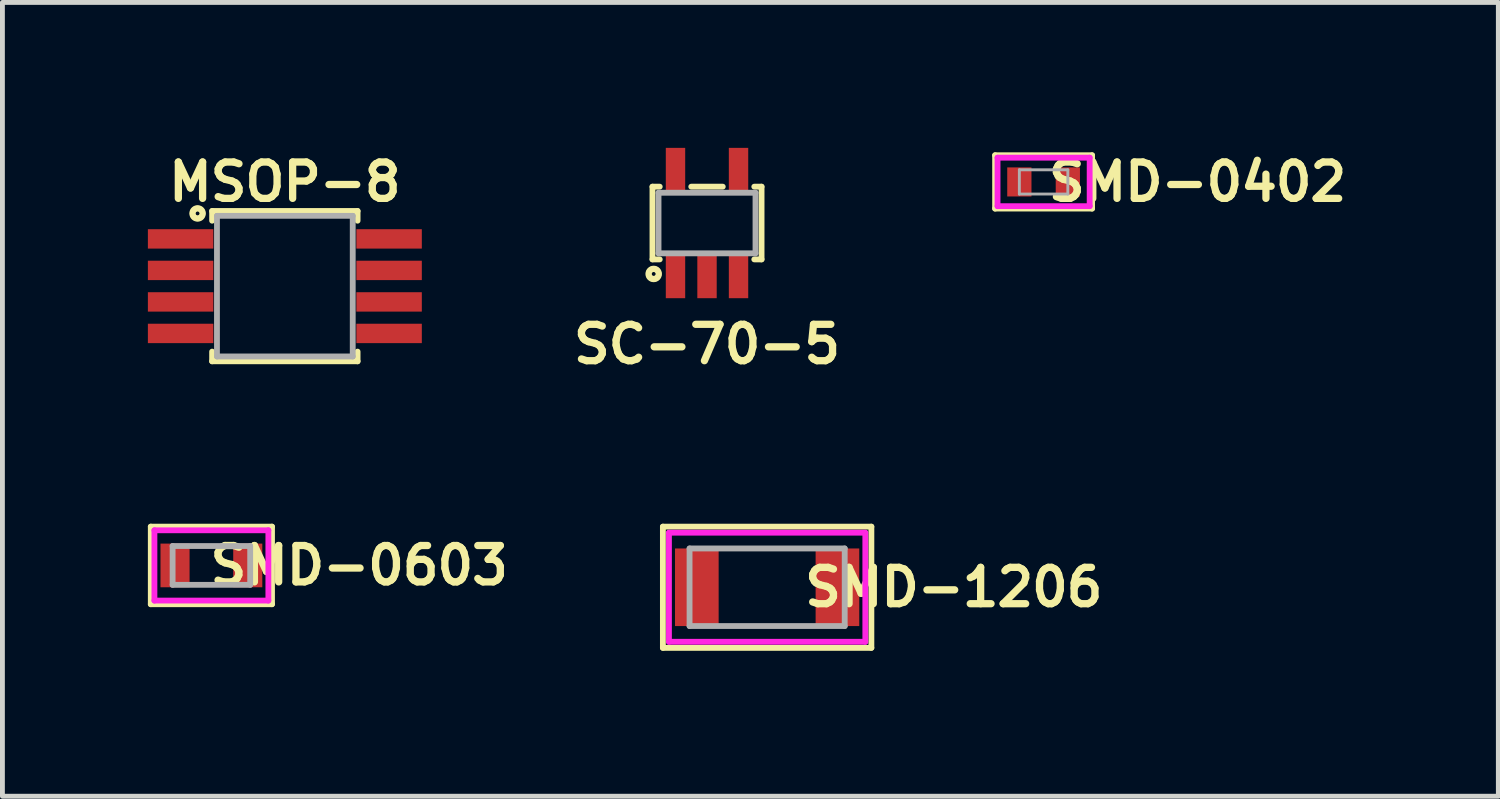
<source format=kicad_pcb>
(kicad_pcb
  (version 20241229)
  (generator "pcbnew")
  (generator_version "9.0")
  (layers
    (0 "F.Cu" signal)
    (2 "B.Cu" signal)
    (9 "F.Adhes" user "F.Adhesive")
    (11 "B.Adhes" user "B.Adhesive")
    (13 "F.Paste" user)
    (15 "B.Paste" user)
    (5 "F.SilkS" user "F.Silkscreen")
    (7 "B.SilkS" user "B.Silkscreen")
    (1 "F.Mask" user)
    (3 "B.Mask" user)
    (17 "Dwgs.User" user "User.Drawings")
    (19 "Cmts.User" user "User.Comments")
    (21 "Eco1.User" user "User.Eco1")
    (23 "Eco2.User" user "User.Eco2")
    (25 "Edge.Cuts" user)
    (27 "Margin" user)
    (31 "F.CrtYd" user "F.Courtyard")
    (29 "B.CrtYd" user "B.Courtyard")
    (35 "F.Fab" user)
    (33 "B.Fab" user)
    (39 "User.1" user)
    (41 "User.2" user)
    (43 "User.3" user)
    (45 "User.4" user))
  (footprint "MSOP-8"
    (layer "F.Cu")
    (at 2.825 2.852)
    (property "Reference" "MSOP-8" (at 0 -2.15 0) (layer "F.SilkS") (effects (font (size 0.75 0.75) (thickness 0.15))))
    (attr smd)
    (fp_line (start -1.5 -1.55) (end 1.5 -1.55) (stroke (width 0.12) (type solid)) (layer "F.SilkS"))
    (fp_line (start -1.5 -1.35) (end -1.5 -1.55) (stroke (width 0.12) (type solid)) (layer "F.SilkS"))
    (fp_line (start -1.5 1.55) (end -1.5 1.35) (stroke (width 0.12) (type solid)) (layer "F.SilkS"))
    (fp_line (start -1.5 1.55) (end 1.5 1.55) (stroke (width 0.12) (type solid)) (layer "F.SilkS"))
    (fp_line (start 1.5 -1.55) (end 1.5 -1.35) (stroke (width 0.12) (type solid)) (layer "F.SilkS"))
    (fp_line (start 1.5 1.55) (end 1.5 1.35) (stroke (width 0.12) (type solid)) (layer "F.SilkS"))
    (fp_circle (center -1.8 -1.5) (end -1.8 -1.6) (stroke (width 0.12) (type solid)) (fill no) (layer "F.SilkS"))
    (fp_circle (center -1.8 -1.5) (end -1.8 -1.55) (stroke (width 0.12) (type solid)) (fill no) (layer "F.SilkS"))
    (fp_line (start -1.4 -1.45) (end 1.4 -1.45) (stroke (width 0.12) (type solid)) (layer "F.Fab"))
    (fp_line (start -1.4 1.45) (end -1.4 -1.45) (stroke (width 0.12) (type solid)) (layer "F.Fab"))
    (fp_line (start -1.4 1.45) (end 1.4 1.45) (stroke (width 0.12) (type solid)) (layer "F.Fab"))
    (fp_line (start 1.4 -1.45) (end 1.4 1.45) (stroke (width 0.12) (type solid)) (layer "F.Fab"))
    (pad "1" smd rect (at -2.15 -0.975 180) (size 1.35 0.4) (layers "F.Cu" "F.Mask" "F.Paste"))
    (pad "2" smd rect (at -2.15 -0.325 180) (size 1.35 0.4) (layers "F.Cu" "F.Mask" "F.Paste"))
    (pad "3" smd rect (at -2.15 0.325 180) (size 1.35 0.4) (layers "F.Cu" "F.Mask" "F.Paste"))
    (pad "4" smd rect (at -2.15 0.975 180) (size 1.35 0.4) (layers "F.Cu" "F.Mask" "F.Paste"))
    (pad "5" smd rect (at 2.15 0.975 180) (size 1.35 0.4) (layers "F.Cu" "F.Mask" "F.Paste"))
    (pad "6" smd rect (at 2.15 0.325 180) (size 1.35 0.4) (layers "F.Cu" "F.Mask" "F.Paste"))
    (pad "7" smd rect (at 2.15 -0.325 180) (size 1.35 0.4) (layers "F.Cu" "F.Mask" "F.Paste"))
    (pad "8" smd rect (at 2.15 -0.975 180) (size 1.35 0.4) (layers "F.Cu" "F.Mask" "F.Paste")))
  (footprint "SMD-1206"
    (layer "F.Cu")
    (at 12.772 9.062)
    (property "Reference" "SMD-1206" (at 3.85 0 0) (layer "F.SilkS") (effects (font (size 0.75 0.75) (thickness 0.15))))
    (attr smd)
    (fp_line (start -2.15 -1.25) (end 2.15 -1.25) (stroke (width 0.12) (type solid)) (layer "F.SilkS"))
    (fp_line (start -2.15 1.25) (end -2.15 -1.25) (stroke (width 0.12) (type solid)) (layer "F.SilkS"))
    (fp_line (start 2.15 -1.25) (end 2.15 1.25) (stroke (width 0.12) (type solid)) (layer "F.SilkS"))
    (fp_line (start 2.15 1.25) (end -2.15 1.25) (stroke (width 0.12) (type solid)) (layer "F.SilkS"))
    (fp_line (start -2.025 -1.125) (end -2.025 1.125) (stroke (width 0.12) (type solid)) (layer "F.CrtYd"))
    (fp_line (start -2.025 -1.125) (end 2.025 -1.125) (stroke (width 0.12) (type solid)) (layer "F.CrtYd"))
    (fp_line (start -2.025 1.125) (end 2.025 1.125) (stroke (width 0.12) (type solid)) (layer "F.CrtYd"))
    (fp_line (start 2.025 -1.125) (end 2.025 1.125) (stroke (width 0.12) (type solid)) (layer "F.CrtYd"))
    (fp_line (start -1.6 -0.8) (end -1.6 0.8) (stroke (width 0.12) (type solid)) (layer "F.Fab"))
    (fp_line (start -1.6 0.8) (end 1.6 0.8) (stroke (width 0.12) (type solid)) (layer "F.Fab"))
    (fp_line (start 1.6 -0.8) (end -1.6 -0.8) (stroke (width 0.12) (type solid)) (layer "F.Fab"))
    (fp_line (start 1.6 0.8) (end 1.6 -0.8) (stroke (width 0.12) (type solid)) (layer "F.Fab"))
    (pad "1" smd roundrect (at -1.45 0) (size 0.9 1.6) (layers "F.Cu" "F.Mask" "F.Paste") (roundrect_rratio 0.001))
    (pad "2" smd roundrect (at 1.45 0) (size 0.9 1.6) (layers "F.Cu" "F.Mask" "F.Paste") (roundrect_rratio 0.001)))
  (footprint "SC-70-5"
    (layer "F.Cu")
    (at 11.532 1.55)
    (property "Reference" "SC-70-5" (at 0 2.5 0) (layer "F.SilkS") (effects (font (size 0.75 0.75) (thickness 0.15))))
    (attr through_hole)
    (fp_line (start -1.125 -0.75) (end -1.125 0.75) (stroke (width 0.12) (type solid)) (layer "F.SilkS"))
    (fp_line (start -1.125 -0.75) (end -0.975 -0.75) (stroke (width 0.12) (type solid)) (layer "F.SilkS"))
    (fp_line (start -1.125 0.75) (end -0.975 0.75) (stroke (width 0.12) (type solid)) (layer "F.SilkS"))
    (fp_line (start -0.325 -0.75) (end 0.325 -0.75) (stroke (width 0.12) (type solid)) (layer "F.SilkS"))
    (fp_line (start 1.125 -0.75) (end 0.975 -0.75) (stroke (width 0.12) (type solid)) (layer "F.SilkS"))
    (fp_line (start 1.125 -0.75) (end 1.125 0.75) (stroke (width 0.12) (type solid)) (layer "F.SilkS"))
    (fp_line (start 1.125 0.75) (end 0.975 0.75) (stroke (width 0.12) (type solid)) (layer "F.SilkS"))
    (fp_circle (center -1.1 1.05) (end -1.05 1.05) (stroke (width 0.12) (type solid)) (fill no) (layer "F.SilkS"))
    (fp_circle (center -1.1 1.05) (end -1 1.05) (stroke (width 0.12) (type solid)) (fill no) (layer "F.SilkS"))
    (fp_line (start -1 -0.625) (end -1 0.625) (stroke (width 0.12) (type solid)) (layer "F.Fab"))
    (fp_line (start -1 -0.625) (end 1 -0.625) (stroke (width 0.12) (type solid)) (layer "F.Fab"))
    (fp_line (start -1 0.625) (end 1 0.625) (stroke (width 0.12) (type solid)) (layer "F.Fab"))
    (fp_line (start 1 -0.625) (end 1 0.625) (stroke (width 0.12) (type solid)) (layer "F.Fab"))
    (pad "1" smd roundrect (at -0.65 1.1) (size 0.4 0.9) (layers "F.Cu" "F.Mask" "F.Paste") (roundrect_rratio 0.001))
    (pad "2" smd roundrect (at 0 1.1) (size 0.4 0.9) (layers "F.Cu" "F.Mask" "F.Paste") (roundrect_rratio 0.001))
    (pad "3" smd roundrect (at 0.65 1.1) (size 0.4 0.9) (layers "F.Cu" "F.Mask" "F.Paste") (roundrect_rratio 0.001))
    (pad "4" smd roundrect (at 0.65 -1.1) (size 0.4 0.9) (layers "F.Cu" "F.Mask" "F.Paste") (roundrect_rratio 0.001))
    (pad "5" smd roundrect (at -0.65 -1.1) (size 0.4 0.9) (layers "F.Cu" "F.Mask" "F.Paste") (roundrect_rratio 0.001)))
  (footprint "SMD-0603"
    (layer "F.Cu")
    (at 1.31 8.612)
    (property "Reference" "SMD-0603" (at 3.048 0 0) (layer "F.SilkS") (effects (font (size 0.75 0.75) (thickness 0.15))))
    (attr smd)
    (fp_line (start -1.25 -0.8) (end 1.25 -0.8) (stroke (width 0.12) (type solid)) (layer "F.SilkS"))
    (fp_line (start -1.25 0.8) (end -1.25 -0.8) (stroke (width 0.12) (type solid)) (layer "F.SilkS"))
    (fp_line (start 1.25 -0.8) (end 1.25 0.8) (stroke (width 0.12) (type solid)) (layer "F.SilkS"))
    (fp_line (start 1.25 0.8) (end -1.25 0.8) (stroke (width 0.12) (type solid)) (layer "F.SilkS"))
    (fp_line (start -1.175 -0.725) (end -1.175 0.725) (stroke (width 0.12) (type solid)) (layer "F.CrtYd"))
    (fp_line (start -1.175 -0.725) (end 1.175 -0.725) (stroke (width 0.12) (type solid)) (layer "F.CrtYd"))
    (fp_line (start -1.175 0.725) (end 1.175 0.725) (stroke (width 0.12) (type solid)) (layer "F.CrtYd"))
    (fp_line (start 1.175 -0.725) (end 1.175 0.725) (stroke (width 0.12) (type solid)) (layer "F.CrtYd"))
    (fp_line (start -0.8 -0.4) (end 0.8 -0.4) (stroke (width 0.12) (type solid)) (layer "F.Fab"))
    (fp_line (start -0.8 0.4) (end -0.8 -0.4) (stroke (width 0.12) (type solid)) (layer "F.Fab"))
    (fp_line (start 0.8 -0.4) (end 0.8 0.4) (stroke (width 0.12) (type solid)) (layer "F.Fab"))
    (fp_line (start 0.8 0.4) (end -0.8 0.4) (stroke (width 0.12) (type solid)) (layer "F.Fab"))
    (pad "1" smd roundrect (at -0.75 0) (size 0.6 0.9) (layers "F.Cu" "F.Mask" "F.Paste") (roundrect_rratio 0.001))
    (pad "2" smd roundrect (at 0.75 0) (size 0.6 0.9) (layers "F.Cu" "F.Mask" "F.Paste") (roundrect_rratio 0.001)))
  (footprint "SMD-0402"
    (layer "F.Cu")
    (at 18.474 0.702)
    (property "Reference" "SMD-0402" (at 3.175 0 0) (layer "F.SilkS") (effects (font (size 0.75 0.75) (thickness 0.15))))
    (attr smd)
    (fp_line (start -1 -0.55) (end 1 -0.55) (stroke (width 0.12) (type solid)) (layer "F.SilkS"))
    (fp_line (start -1 0.55) (end -1 -0.55) (stroke (width 0.12) (type solid)) (layer "F.SilkS"))
    (fp_line (start 1 -0.55) (end 1 0.55) (stroke (width 0.12) (type solid)) (layer "F.SilkS"))
    (fp_line (start 1 0.55) (end -1 0.55) (stroke (width 0.12) (type solid)) (layer "F.SilkS"))
    (fp_line (start -0.95 -0.5) (end 0.95 -0.5) (stroke (width 0.12) (type solid)) (layer "F.CrtYd"))
    (fp_line (start -0.95 0.5) (end -0.95 -0.5) (stroke (width 0.12) (type solid)) (layer "F.CrtYd"))
    (fp_line (start 0.95 -0.5) (end 0.95 0.5) (stroke (width 0.12) (type solid)) (layer "F.CrtYd"))
    (fp_line (start 0.95 0.5) (end -0.95 0.5) (stroke (width 0.12) (type solid)) (layer "F.CrtYd"))
    (fp_line (start -0.5 -0.25) (end 0.5 -0.25) (stroke (width 0.06) (type solid)) (layer "F.Fab"))
    (fp_line (start -0.5 0.25) (end -0.5 -0.25) (stroke (width 0.06) (type solid)) (layer "F.Fab"))
    (fp_line (start 0.5 -0.25) (end 0.5 0.25) (stroke (width 0.06) (type solid)) (layer "F.Fab"))
    (fp_line (start 0.5 0.25) (end -0.5 0.25) (stroke (width 0.06) (type solid)) (layer "F.Fab"))
    (pad "1" smd roundrect (at -0.5 0) (size 0.5 0.6) (layers "F.Cu" "F.Mask" "F.Paste") (roundrect_rratio 0.001))
    (pad "2" smd roundrect (at 0.5 0) (size 0.5 0.6) (layers "F.Cu" "F.Mask" "F.Paste") (roundrect_rratio 0.001)))
  (gr_rect
    (start -3 -3)
    (end 27.853 13.372)
    (stroke (width 0.1) (type default))
    (fill no)
    (layer "Edge.Cuts")))
</source>
